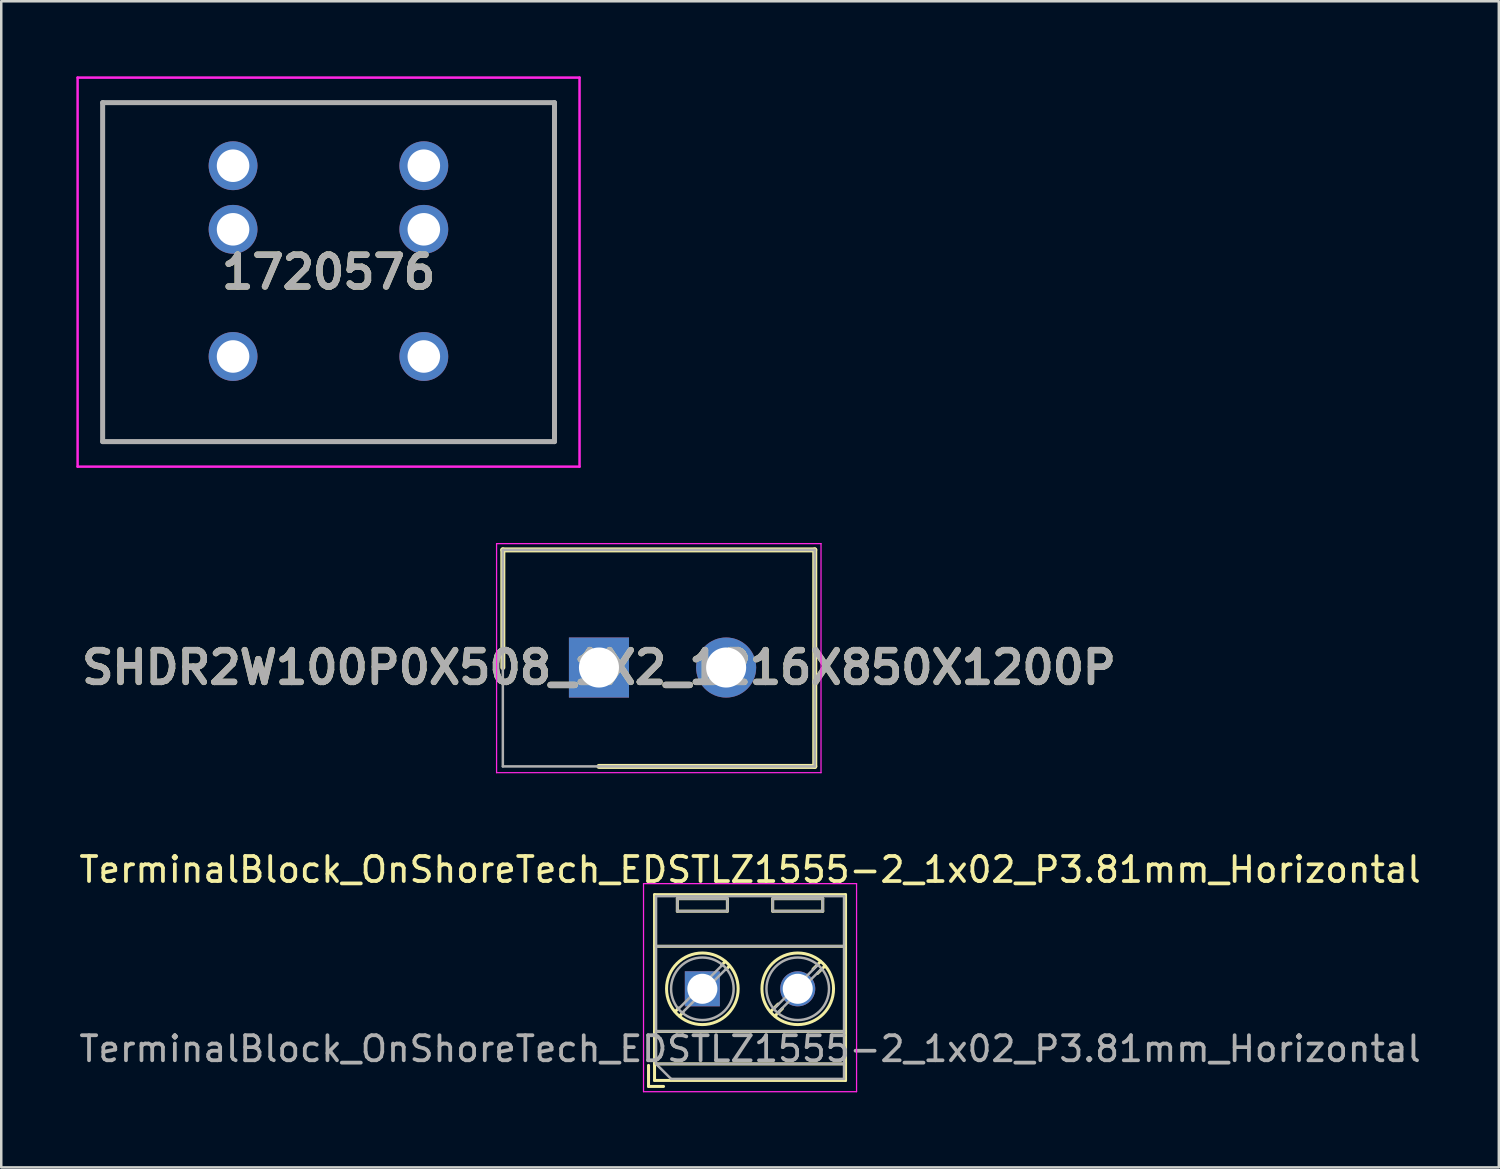
<source format=kicad_pcb>
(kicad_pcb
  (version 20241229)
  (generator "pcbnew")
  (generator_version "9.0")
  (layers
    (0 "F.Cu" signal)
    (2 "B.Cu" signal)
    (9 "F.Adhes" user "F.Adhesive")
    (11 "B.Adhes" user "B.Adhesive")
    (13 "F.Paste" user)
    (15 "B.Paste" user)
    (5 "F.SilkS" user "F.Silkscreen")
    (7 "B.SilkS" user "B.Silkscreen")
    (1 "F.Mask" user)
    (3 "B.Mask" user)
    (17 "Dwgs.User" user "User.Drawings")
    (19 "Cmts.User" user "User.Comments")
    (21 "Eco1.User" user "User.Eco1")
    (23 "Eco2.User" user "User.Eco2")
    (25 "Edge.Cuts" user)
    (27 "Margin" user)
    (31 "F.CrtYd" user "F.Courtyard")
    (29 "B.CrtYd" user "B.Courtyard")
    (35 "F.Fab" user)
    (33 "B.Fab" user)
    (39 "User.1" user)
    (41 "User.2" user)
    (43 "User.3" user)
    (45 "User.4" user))
  (footprint "1720576"
    (layer "F.Cu")
    (at 10.075 7.82)
    (property "Reference" "1720576" (at 0 0 0) (layer "F.SilkS") (effects (font (size 1.27 1.27) (thickness 0.254))))
    (attr through_hole)
    (fp_line (start -9.025 -6.77) (end 9.025 -6.77) (stroke (width 0.1) (type solid)) (layer "F.SilkS"))
    (fp_line (start -9.025 6.77) (end -9.025 -6.77) (stroke (width 0.1) (type solid)) (layer "F.SilkS"))
    (fp_line (start 9.025 -6.77) (end 9.025 6.77) (stroke (width 0.1) (type solid)) (layer "F.SilkS"))
    (fp_line (start 9.025 6.77) (end -9.025 6.77) (stroke (width 0.1) (type solid)) (layer "F.SilkS"))
    (fp_line (start -10.025 -7.77) (end 10.025 -7.77) (stroke (width 0.1) (type solid)) (layer "F.CrtYd"))
    (fp_line (start -10.025 7.77) (end -10.025 -7.77) (stroke (width 0.1) (type solid)) (layer "F.CrtYd"))
    (fp_line (start 10.025 -7.77) (end 10.025 7.77) (stroke (width 0.1) (type solid)) (layer "F.CrtYd"))
    (fp_line (start 10.025 7.77) (end -10.025 7.77) (stroke (width 0.1) (type solid)) (layer "F.CrtYd"))
    (fp_line (start -9.025 -6.77) (end 9.025 -6.77) (stroke (width 0.2) (type solid)) (layer "F.Fab"))
    (fp_line (start -9.025 6.77) (end -9.025 -6.77) (stroke (width 0.2) (type solid)) (layer "F.Fab"))
    (fp_line (start 9.025 -6.77) (end 9.025 6.77) (stroke (width 0.2) (type solid)) (layer "F.Fab"))
    (fp_line (start 9.025 6.77) (end -9.025 6.77) (stroke (width 0.2) (type solid)) (layer "F.Fab"))
    (fp_text user "${REFERENCE}" (at 0 0 0) (layer "F.Fab") (effects (font (size 1.27 1.27) (thickness 0.254))))
    (pad "1" thru_hole circle (at -3.815 3.37) (size 1.95 1.95) (drill 1.3) (layers "*.Cu" "*.Mask"))
    (pad "2" thru_hole circle (at -3.815 -1.71) (size 1.95 1.95) (drill 1.3) (layers "*.Cu" "*.Mask"))
    (pad "3" thru_hole circle (at -3.815 -4.25) (size 1.95 1.95) (drill 1.3) (layers "*.Cu" "*.Mask"))
    (pad "4" thru_hole circle (at 3.805 3.37) (size 1.95 1.95) (drill 1.3) (layers "*.Cu" "*.Mask"))
    (pad "5" thru_hole circle (at 3.805 -1.71) (size 1.95 1.95) (drill 1.3) (layers "*.Cu" "*.Mask"))
    (pad "6" thru_hole circle (at 3.805 -4.25) (size 1.95 1.95) (drill 1.3) (layers "*.Cu" "*.Mask")))
  (footprint "TerminalBlock_OnShoreTech_EDSTLZ1555-2_1x02_P3.81mm_Horizontal"
    (layer "F.Cu")
    (at 25.006 36.448)
    (property "Reference" "TerminalBlock_OnShoreTech_EDSTLZ1555-2_1x02_P3.81mm_Horizontal" (at 1.905 -4.76 0) (layer "F.SilkS") (effects (font (size 1 1) (thickness 0.15))))
    (attr through_hole)
    (fp_line (start -2.15 3.06) (end -2.15 3.9) (stroke (width 0.12) (type solid)) (layer "F.SilkS"))
    (fp_line (start -2.15 3.9) (end -1.55 3.9) (stroke (width 0.12) (type solid)) (layer "F.SilkS"))
    (fp_line (start -1.91 -3.76) (end -1.91 3.66) (stroke (width 0.12) (type solid)) (layer "F.SilkS"))
    (fp_line (start -1.91 -3.76) (end 5.72 -3.76) (stroke (width 0.12) (type solid)) (layer "F.SilkS"))
    (fp_line (start -1.91 -1.7) (end 5.72 -1.7) (stroke (width 0.12) (type solid)) (layer "F.SilkS"))
    (fp_line (start -1.91 1.701) (end 5.72 1.701) (stroke (width 0.12) (type solid)) (layer "F.SilkS"))
    (fp_line (start -1.91 3) (end 5.72 3) (stroke (width 0.12) (type solid)) (layer "F.SilkS"))
    (fp_line (start -1.91 3.66) (end 5.72 3.66) (stroke (width 0.12) (type solid)) (layer "F.SilkS"))
    (fp_line (start -1 -3.6) (end -1 -3.1) (stroke (width 0.12) (type solid)) (layer "F.SilkS"))
    (fp_line (start -1 -3.6) (end 1 -3.6) (stroke (width 0.12) (type solid)) (layer "F.SilkS"))
    (fp_line (start -1 -3.1) (end 1 -3.1) (stroke (width 0.12) (type solid)) (layer "F.SilkS"))
    (fp_line (start -0.946 0.771) (end -1.085 0.91) (stroke (width 0.12) (type solid)) (layer "F.SilkS"))
    (fp_line (start -0.771 0.945) (end -0.911 1.085) (stroke (width 0.12) (type solid)) (layer "F.SilkS"))
    (fp_line (start 0.911 -1.085) (end 0.771 -0.945) (stroke (width 0.12) (type solid)) (layer "F.SilkS"))
    (fp_line (start 1 -3.6) (end 1 -3.1) (stroke (width 0.12) (type solid)) (layer "F.SilkS"))
    (fp_line (start 1.085 -0.91) (end 0.945 -0.771) (stroke (width 0.12) (type solid)) (layer "F.SilkS"))
    (fp_line (start 2.81 -3.6) (end 2.81 -3.1) (stroke (width 0.12) (type solid)) (layer "F.SilkS"))
    (fp_line (start 2.81 -3.6) (end 4.81 -3.6) (stroke (width 0.12) (type solid)) (layer "F.SilkS"))
    (fp_line (start 2.81 -3.1) (end 4.81 -3.1) (stroke (width 0.12) (type solid)) (layer "F.SilkS"))
    (fp_line (start 3.025 0.611) (end 2.726 0.91) (stroke (width 0.12) (type solid)) (layer "F.SilkS"))
    (fp_line (start 3.2 0.786) (end 2.9 1.085) (stroke (width 0.12) (type solid)) (layer "F.SilkS"))
    (fp_line (start 4.721 -1.085) (end 4.421 -0.786) (stroke (width 0.12) (type solid)) (layer "F.SilkS"))
    (fp_line (start 4.81 -3.6) (end 4.81 -3.1) (stroke (width 0.12) (type solid)) (layer "F.SilkS"))
    (fp_line (start 4.895 -0.91) (end 4.596 -0.611) (stroke (width 0.12) (type solid)) (layer "F.SilkS"))
    (fp_line (start 5.72 -3.76) (end 5.72 3.66) (stroke (width 0.12) (type solid)) (layer "F.SilkS"))
    (fp_circle (center 0 0) (end 1.43 0) (stroke (width 0.12) (type solid)) (fill no) (layer "F.SilkS"))
    (fp_circle (center 3.81 0) (end 5.24 0) (stroke (width 0.12) (type solid)) (fill no) (layer "F.SilkS"))
    (fp_line (start -2.35 -4.2) (end -2.35 4.11) (stroke (width 0.05) (type solid)) (layer "F.CrtYd"))
    (fp_line (start -2.35 4.11) (end 6.16 4.11) (stroke (width 0.05) (type solid)) (layer "F.CrtYd"))
    (fp_line (start 6.16 -4.2) (end -2.35 -4.2) (stroke (width 0.05) (type solid)) (layer "F.CrtYd"))
    (fp_line (start 6.16 4.11) (end 6.16 -4.2) (stroke (width 0.05) (type solid)) (layer "F.CrtYd"))
    (fp_line (start -1.85 -3.7) (end 5.66 -3.7) (stroke (width 0.1) (type solid)) (layer "F.Fab"))
    (fp_line (start -1.85 -1.7) (end 5.66 -1.7) (stroke (width 0.1) (type solid)) (layer "F.Fab"))
    (fp_line (start -1.85 1.7) (end 5.66 1.7) (stroke (width 0.1) (type solid)) (layer "F.Fab"))
    (fp_line (start -1.85 3) (end -1.85 -3.7) (stroke (width 0.1) (type solid)) (layer "F.Fab"))
    (fp_line (start -1.85 3) (end 5.66 3) (stroke (width 0.1) (type solid)) (layer "F.Fab"))
    (fp_line (start -1.25 3.6) (end -1.85 3) (stroke (width 0.1) (type solid)) (layer "F.Fab"))
    (fp_line (start -1 -3.6) (end -1 -3.1) (stroke (width 0.1) (type solid)) (layer "F.Fab"))
    (fp_line (start -1 -3.1) (end 1 -3.1) (stroke (width 0.1) (type solid)) (layer "F.Fab"))
    (fp_line (start 0.796 -0.948) (end -0.949 0.796) (stroke (width 0.1) (type solid)) (layer "F.Fab"))
    (fp_line (start 0.949 -0.796) (end -0.796 0.948) (stroke (width 0.1) (type solid)) (layer "F.Fab"))
    (fp_line (start 1 -3.6) (end -1 -3.6) (stroke (width 0.1) (type solid)) (layer "F.Fab"))
    (fp_line (start 1 -3.1) (end 1 -3.6) (stroke (width 0.1) (type solid)) (layer "F.Fab"))
    (fp_line (start 2.81 -3.6) (end 2.81 -3.1) (stroke (width 0.1) (type solid)) (layer "F.Fab"))
    (fp_line (start 2.81 -3.1) (end 4.81 -3.1) (stroke (width 0.1) (type solid)) (layer "F.Fab"))
    (fp_line (start 4.606 -0.948) (end 2.862 0.796) (stroke (width 0.1) (type solid)) (layer "F.Fab"))
    (fp_line (start 4.759 -0.796) (end 3.015 0.948) (stroke (width 0.1) (type solid)) (layer "F.Fab"))
    (fp_line (start 4.81 -3.6) (end 2.81 -3.6) (stroke (width 0.1) (type solid)) (layer "F.Fab"))
    (fp_line (start 4.81 -3.1) (end 4.81 -3.6) (stroke (width 0.1) (type solid)) (layer "F.Fab"))
    (fp_line (start 5.66 -3.7) (end 5.66 3.6) (stroke (width 0.1) (type solid)) (layer "F.Fab"))
    (fp_line (start 5.66 3.6) (end -1.25 3.6) (stroke (width 0.1) (type solid)) (layer "F.Fab"))
    (fp_circle (center 0 0) (end 1.25 0) (stroke (width 0.1) (type solid)) (fill no) (layer "F.Fab"))
    (fp_circle (center 3.81 0) (end 5.06 0) (stroke (width 0.1) (type solid)) (fill no) (layer "F.Fab"))
    (fp_text user "${REFERENCE}" (at 1.905 2.4 0) (layer "F.Fab") (effects (font (size 1 1) (thickness 0.15))))
    (pad "1" thru_hole rect (at 0 0) (size 1.4 1.4) (drill 1.2) (layers "*.Cu" "*.Mask"))
    (pad "2" thru_hole circle (at 3.81 0) (size 1.4 1.4) (drill 1.2) (layers "*.Cu" "*.Mask")))
  (footprint "SHDR2W100P0X508_1X2_1216X850X1200P"
    (layer "F.Cu")
    (at 20.876 23.615)
    (property "Reference" "SHDR2W100P0X508_1X2_1216X850X1200P" (at 0 0 0) (layer "F.SilkS") (effects (font (size 1.27 1.27) (thickness 0.254))))
    (attr through_hole)
    (fp_line (start -3.84 -4.7) (end -3.84 0) (stroke (width 0.2) (type solid)) (layer "F.SilkS"))
    (fp_line (start 0 3.95) (end 8.62 3.95) (stroke (width 0.2) (type solid)) (layer "F.SilkS"))
    (fp_line (start 8.62 -4.7) (end -3.84 -4.7) (stroke (width 0.2) (type solid)) (layer "F.SilkS"))
    (fp_line (start 8.62 3.95) (end 8.62 -4.7) (stroke (width 0.2) (type solid)) (layer "F.SilkS"))
    (fp_line (start -4.09 -4.95) (end 8.87 -4.95) (stroke (width 0.05) (type solid)) (layer "F.CrtYd"))
    (fp_line (start -4.09 4.2) (end -4.09 -4.95) (stroke (width 0.05) (type solid)) (layer "F.CrtYd"))
    (fp_line (start 8.87 -4.95) (end 8.87 4.2) (stroke (width 0.05) (type solid)) (layer "F.CrtYd"))
    (fp_line (start 8.87 4.2) (end -4.09 4.2) (stroke (width 0.05) (type solid)) (layer "F.CrtYd"))
    (fp_line (start -3.84 -4.7) (end 8.62 -4.7) (stroke (width 0.1) (type solid)) (layer "F.Fab"))
    (fp_line (start -3.84 3.95) (end -3.84 -4.7) (stroke (width 0.1) (type solid)) (layer "F.Fab"))
    (fp_line (start 8.62 -4.7) (end 8.62 3.95) (stroke (width 0.1) (type solid)) (layer "F.Fab"))
    (fp_line (start 8.62 3.95) (end -3.84 3.95) (stroke (width 0.1) (type solid)) (layer "F.Fab"))
    (fp_text user "${REFERENCE}" (at 0 0 0) (layer "F.Fab") (effects (font (size 1.27 1.27) (thickness 0.254))))
    (pad "1" thru_hole rect (at 0 0) (size 2.4 2.4) (drill 1.6) (layers "*.Cu" "*.Mask"))
    (pad "2" thru_hole circle (at 5.08 0) (size 2.4 2.4) (drill 1.6) (layers "*.Cu" "*.Mask")))
  (gr_rect
    (start -3 -3)
    (end 56.821 43.583)
    (stroke (width 0.1) (type default))
    (fill no)
    (layer "Edge.Cuts")))
</source>
